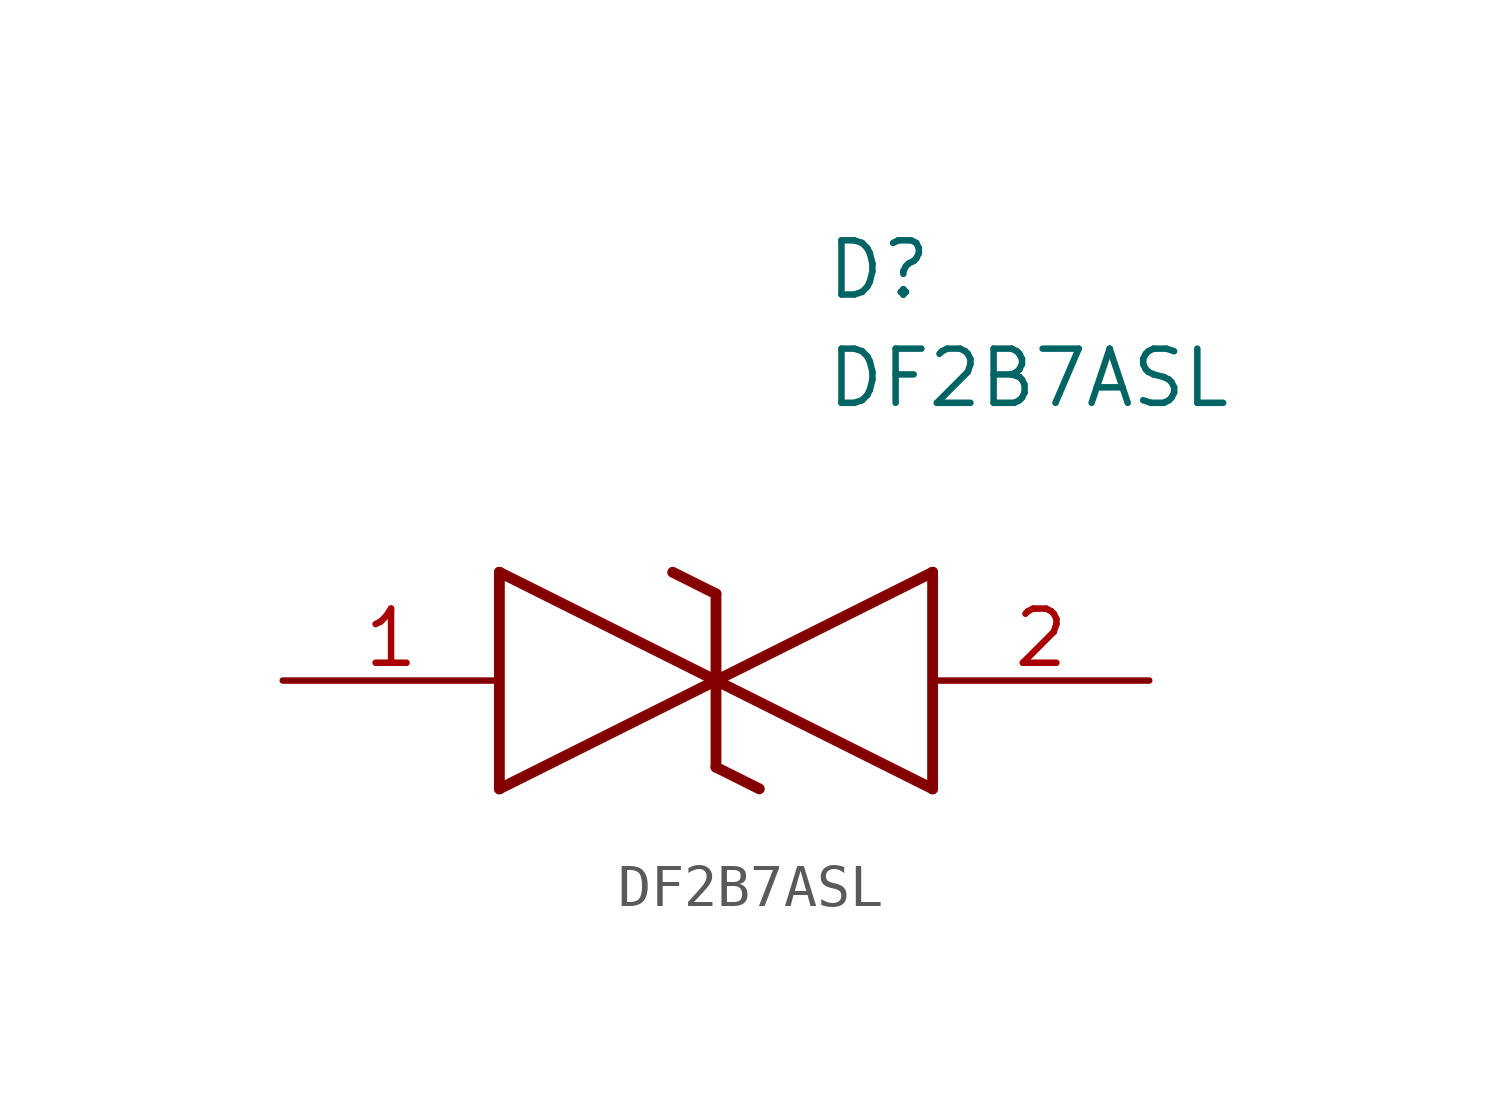
<source format=kicad_sym>
(kicad_symbol_lib
  (version 20241209)
  (generator "kicad_symbol_editor")
  (generator_version "9.0")
  (symbol "DF2B7ASL"
    (pin_names
      (hide yes))
    (property "Reference" "D"
      (at 12.7 8.89 0)
      (effects (font (size 1.27 1.27)) (justify left bottom)))
    (property "Value" "DF2B7ASL"
      (at 12.7 6.35 0)
      (effects (font (size 1.27 1.27)) (justify left bottom)))
    (symbol "DF2B7ASL_1_1"
      (polyline (pts (xy 5.08 2.54) (xy 5.08 -2.54)) (stroke (width 0.254) (type default)) (fill (type none)))
      (polyline (pts (xy 5.08 2.54) (xy 10.16 0)) (stroke (width 0.254) (type default)) (fill (type none)))
      (polyline (pts (xy 9.144 2.54) (xy 10.16 2.032)) (stroke (width 0.254) (type default)) (fill (type none)))
      (polyline (pts (xy 10.16 0) (xy 5.08 -2.54)) (stroke (width 0.254) (type default)) (fill (type none)))
      (polyline (pts (xy 10.16 0) (xy 15.24 -2.54)) (stroke (width 0.254) (type default)) (fill (type none)))
      (polyline (pts (xy 10.16 -2.032) (xy 10.16 2.032)) (stroke (width 0.254) (type default)) (fill (type none)))
      (polyline (pts (xy 10.16 -2.032) (xy 11.176 -2.54)) (stroke (width 0.254) (type default)) (fill (type none)))
      (polyline (pts (xy 15.24 2.54) (xy 10.16 0)) (stroke (width 0.254) (type default)) (fill (type none)))
      (polyline (pts (xy 15.24 2.54) (xy 15.24 -2.54)) (stroke (width 0.254) (type default)) (fill (type none)))
      (pin passive line (at 0 0 0) (length 5.08) (name "1" (effects (font (size 1.27 1.27)))) (number "1" (effects (font (size 1.27 1.27)))))
      (pin passive line (at 20.32 0 180) (length 5.08) (name "2" (effects (font (size 1.27 1.27)))) (number "2" (effects (font (size 1.27 1.27))))))))
</source>
